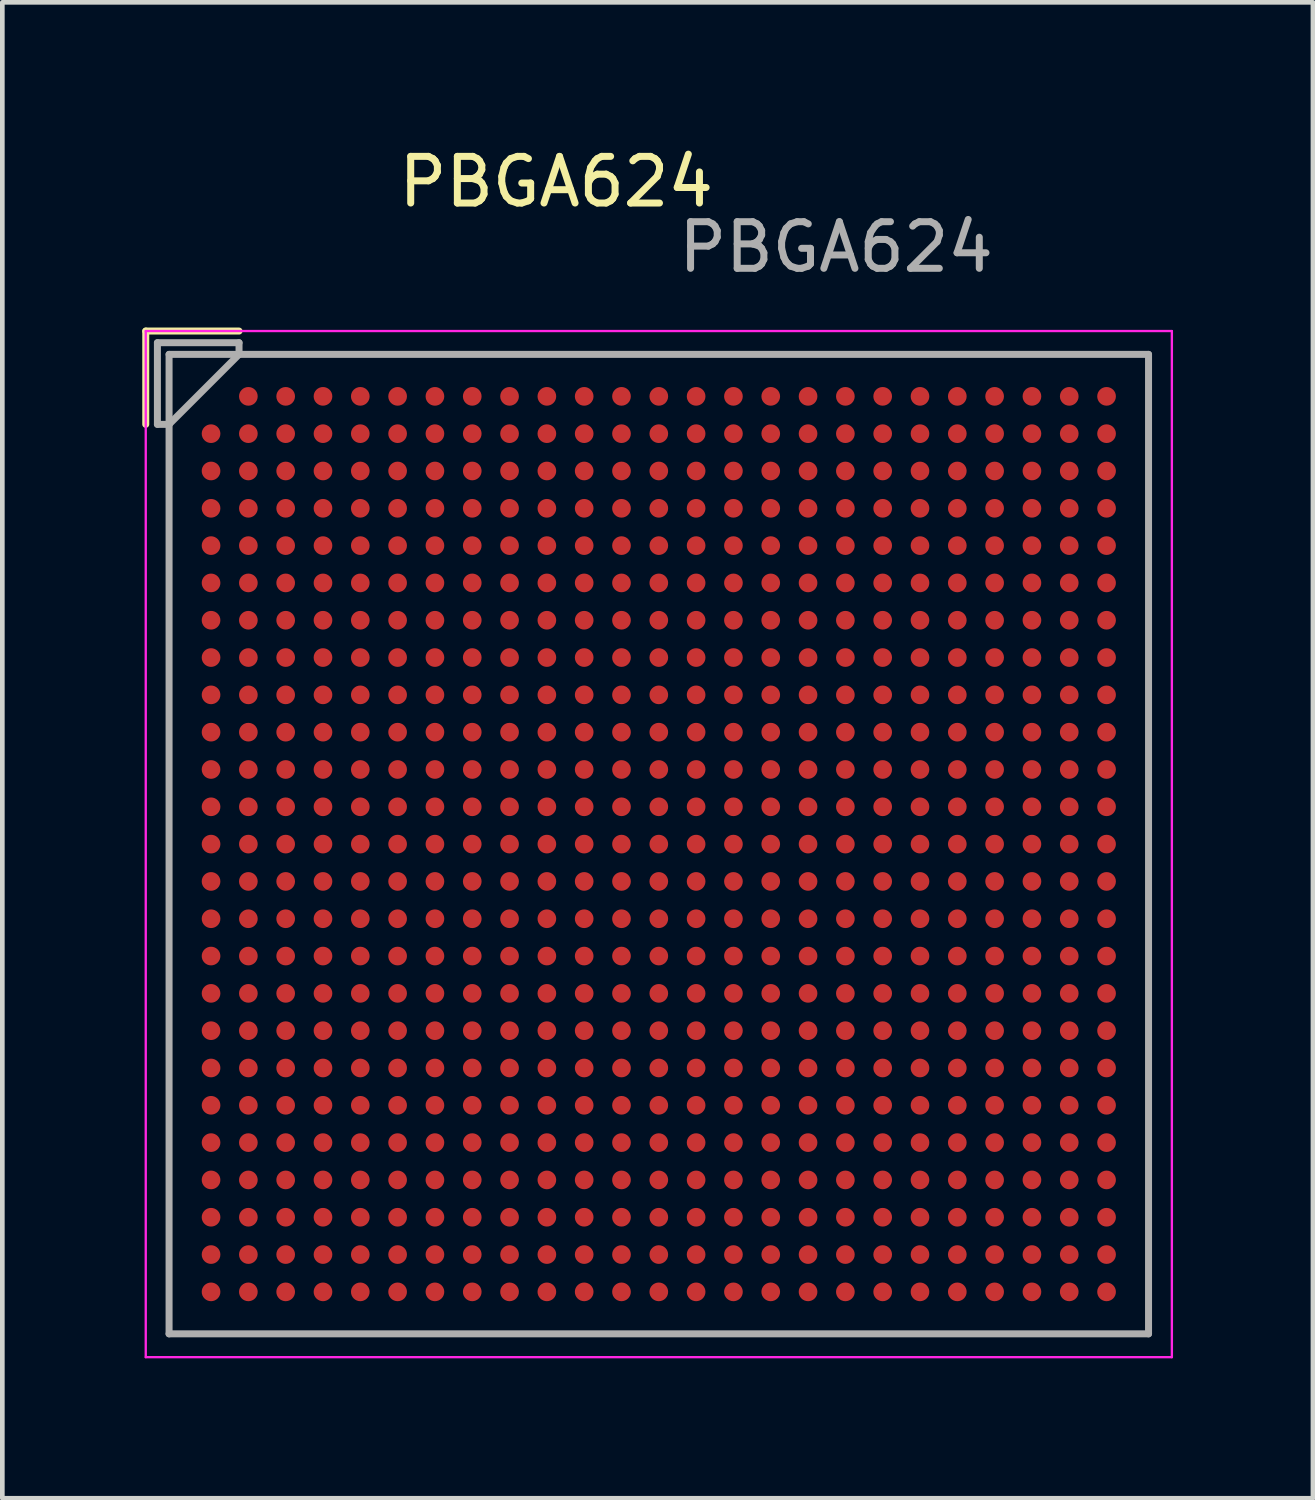
<source format=kicad_pcb>
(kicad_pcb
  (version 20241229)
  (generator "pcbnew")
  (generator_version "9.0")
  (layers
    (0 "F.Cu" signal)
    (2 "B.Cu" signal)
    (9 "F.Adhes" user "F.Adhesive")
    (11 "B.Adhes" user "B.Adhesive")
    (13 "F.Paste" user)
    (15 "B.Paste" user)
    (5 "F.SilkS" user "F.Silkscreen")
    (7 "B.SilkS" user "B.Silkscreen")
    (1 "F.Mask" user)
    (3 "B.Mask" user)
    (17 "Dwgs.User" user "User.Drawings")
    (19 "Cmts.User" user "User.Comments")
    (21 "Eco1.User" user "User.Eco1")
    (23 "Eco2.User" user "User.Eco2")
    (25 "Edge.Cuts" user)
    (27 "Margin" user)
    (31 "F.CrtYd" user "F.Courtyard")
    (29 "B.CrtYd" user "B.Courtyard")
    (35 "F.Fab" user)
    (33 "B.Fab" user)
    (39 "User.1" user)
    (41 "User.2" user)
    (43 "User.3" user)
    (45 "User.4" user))
  (footprint "PBGA624"
    (layer "F.Cu")
    (at 11.075 15.048)
    (property "Reference" "PBGA624" (at -2.2 -14.2 0) (layer "F.SilkS") (effects (font (size 1 1) (thickness 0.15))))
    (attr smd)
    (fp_line (start -11 -11) (end -11 -9) (stroke (width 0.15) (type solid)) (layer "F.SilkS"))
    (fp_line (start -9 -11) (end -11 -11) (stroke (width 0.15) (type solid)) (layer "F.SilkS"))
    (fp_line (start -10.25 0) (end 10.25 0) (stroke (width 0.05) (type solid)) (layer "Eco1.User"))
    (fp_line (start 0 -10.25) (end 0 10.25) (stroke (width 0.05) (type solid)) (layer "Eco1.User"))
    (fp_line (start -11 -11) (end 11 -11) (stroke (width 0.05) (type solid)) (layer "F.CrtYd"))
    (fp_line (start -11 11) (end -11 -11) (stroke (width 0.05) (type solid)) (layer "F.CrtYd"))
    (fp_line (start 11 -11) (end 11 11) (stroke (width 0.05) (type solid)) (layer "F.CrtYd"))
    (fp_line (start 11 11) (end -11 11) (stroke (width 0.05) (type solid)) (layer "F.CrtYd"))
    (fp_line (start -10.75 -10.75) (end -9 -10.75) (stroke (width 0.15) (type solid)) (layer "F.Fab"))
    (fp_line (start -10.75 -9) (end -10.75 -10.75) (stroke (width 0.15) (type solid)) (layer "F.Fab"))
    (fp_line (start -10.5 -10.5) (end -10.5 10.5) (stroke (width 0.15) (type solid)) (layer "F.Fab"))
    (fp_line (start -10.5 -10.5) (end 10.5 -10.5) (stroke (width 0.15) (type solid)) (layer "F.Fab"))
    (fp_line (start -10.5 -9) (end -10.75 -9) (stroke (width 0.15) (type solid)) (layer "F.Fab"))
    (fp_line (start -10.5 10.5) (end 10.5 10.5) (stroke (width 0.15) (type solid)) (layer "F.Fab"))
    (fp_line (start -9 -10.75) (end -9 -10.5) (stroke (width 0.15) (type solid)) (layer "F.Fab"))
    (fp_line (start -9 -10.5) (end -10.5 -9) (stroke (width 0.15) (type solid)) (layer "F.Fab"))
    (fp_line (start 10.5 -10.5) (end 10.5 10.5) (stroke (width 0.15) (type solid)) (layer "F.Fab"))
    (fp_text user "${REFERENCE}" (at 3.8 -12.8 0) (layer "F.Fab") (effects (font (size 1 1) (thickness 0.15))))
    (pad "A2" smd circle (at -8.8 -9.6) (size 0.4 0.4) (layers "F.Cu" "F.Mask" "F.Paste"))
    (pad "A3" smd circle (at -8 -9.6) (size 0.4 0.4) (layers "F.Cu" "F.Mask" "F.Paste"))
    (pad "A4" smd circle (at -7.2 -9.6) (size 0.4 0.4) (layers "F.Cu" "F.Mask" "F.Paste"))
    (pad "A5" smd circle (at -6.4 -9.6) (size 0.4 0.4) (layers "F.Cu" "F.Mask" "F.Paste"))
    (pad "A6" smd circle (at -5.6 -9.6) (size 0.4 0.4) (layers "F.Cu" "F.Mask" "F.Paste"))
    (pad "A7" smd circle (at -4.8 -9.6) (size 0.4 0.4) (layers "F.Cu" "F.Mask" "F.Paste"))
    (pad "A8" smd circle (at -4 -9.6) (size 0.4 0.4) (layers "F.Cu" "F.Mask" "F.Paste"))
    (pad "A9" smd circle (at -3.2 -9.6) (size 0.4 0.4) (layers "F.Cu" "F.Mask" "F.Paste"))
    (pad "A10" smd circle (at -2.4 -9.6) (size 0.4 0.4) (layers "F.Cu" "F.Mask" "F.Paste"))
    (pad "A11" smd circle (at -1.6 -9.6) (size 0.4 0.4) (layers "F.Cu" "F.Mask" "F.Paste"))
    (pad "A12" smd circle (at -0.8 -9.6) (size 0.4 0.4) (layers "F.Cu" "F.Mask" "F.Paste"))
    (pad "A13" smd circle (at 0 -9.6) (size 0.4 0.4) (layers "F.Cu" "F.Mask" "F.Paste"))
    (pad "A14" smd circle (at 0.8 -9.6) (size 0.4 0.4) (layers "F.Cu" "F.Mask" "F.Paste"))
    (pad "A15" smd circle (at 1.6 -9.6) (size 0.4 0.4) (layers "F.Cu" "F.Mask" "F.Paste"))
    (pad "A16" smd circle (at 2.4 -9.6) (size 0.4 0.4) (layers "F.Cu" "F.Mask" "F.Paste"))
    (pad "A17" smd circle (at 3.2 -9.6) (size 0.4 0.4) (layers "F.Cu" "F.Mask" "F.Paste"))
    (pad "A18" smd circle (at 4 -9.6) (size 0.4 0.4) (layers "F.Cu" "F.Mask" "F.Paste"))
    (pad "A19" smd circle (at 4.8 -9.6) (size 0.4 0.4) (layers "F.Cu" "F.Mask" "F.Paste"))
    (pad "A20" smd circle (at 5.6 -9.6) (size 0.4 0.4) (layers "F.Cu" "F.Mask" "F.Paste"))
    (pad "A21" smd circle (at 6.4 -9.6) (size 0.4 0.4) (layers "F.Cu" "F.Mask" "F.Paste"))
    (pad "A22" smd circle (at 7.2 -9.6) (size 0.4 0.4) (layers "F.Cu" "F.Mask" "F.Paste"))
    (pad "A23" smd circle (at 8 -9.6) (size 0.4 0.4) (layers "F.Cu" "F.Mask" "F.Paste"))
    (pad "A24" smd circle (at 8.8 -9.6) (size 0.4 0.4) (layers "F.Cu" "F.Mask" "F.Paste"))
    (pad "A25" smd circle (at 9.6 -9.6) (size 0.4 0.4) (layers "F.Cu" "F.Mask" "F.Paste"))
    (pad "AA1" smd circle (at -9.6 6.4) (size 0.4 0.4) (layers "F.Cu" "F.Mask" "F.Paste"))
    (pad "AA2" smd circle (at -8.8 6.4) (size 0.4 0.4) (layers "F.Cu" "F.Mask" "F.Paste"))
    (pad "AA3" smd circle (at -8 6.4) (size 0.4 0.4) (layers "F.Cu" "F.Mask" "F.Paste"))
    (pad "AA4" smd circle (at -7.2 6.4) (size 0.4 0.4) (layers "F.Cu" "F.Mask" "F.Paste"))
    (pad "AA5" smd circle (at -6.4 6.4) (size 0.4 0.4) (layers "F.Cu" "F.Mask" "F.Paste"))
    (pad "AA6" smd circle (at -5.6 6.4) (size 0.4 0.4) (layers "F.Cu" "F.Mask" "F.Paste"))
    (pad "AA7" smd circle (at -4.8 6.4) (size 0.4 0.4) (layers "F.Cu" "F.Mask" "F.Paste"))
    (pad "AA8" smd circle (at -4 6.4) (size 0.4 0.4) (layers "F.Cu" "F.Mask" "F.Paste"))
    (pad "AA9" smd circle (at -3.2 6.4) (size 0.4 0.4) (layers "F.Cu" "F.Mask" "F.Paste"))
    (pad "AA10" smd circle (at -2.4 6.4) (size 0.4 0.4) (layers "F.Cu" "F.Mask" "F.Paste"))
    (pad "AA11" smd circle (at -1.6 6.4) (size 0.4 0.4) (layers "F.Cu" "F.Mask" "F.Paste"))
    (pad "AA12" smd circle (at -0.8 6.4) (size 0.4 0.4) (layers "F.Cu" "F.Mask" "F.Paste"))
    (pad "AA13" smd circle (at 0 6.4) (size 0.4 0.4) (layers "F.Cu" "F.Mask" "F.Paste"))
    (pad "AA14" smd circle (at 0.8 6.4) (size 0.4 0.4) (layers "F.Cu" "F.Mask" "F.Paste"))
    (pad "AA15" smd circle (at 1.6 6.4) (size 0.4 0.4) (layers "F.Cu" "F.Mask" "F.Paste"))
    (pad "AA16" smd circle (at 2.4 6.4) (size 0.4 0.4) (layers "F.Cu" "F.Mask" "F.Paste"))
    (pad "AA17" smd circle (at 3.2 6.4) (size 0.4 0.4) (layers "F.Cu" "F.Mask" "F.Paste"))
    (pad "AA18" smd circle (at 4 6.4) (size 0.4 0.4) (layers "F.Cu" "F.Mask" "F.Paste"))
    (pad "AA19" smd circle (at 4.8 6.4) (size 0.4 0.4) (layers "F.Cu" "F.Mask" "F.Paste"))
    (pad "AA20" smd circle (at 5.6 6.4) (size 0.4 0.4) (layers "F.Cu" "F.Mask" "F.Paste"))
    (pad "AA21" smd circle (at 6.4 6.4) (size 0.4 0.4) (layers "F.Cu" "F.Mask" "F.Paste"))
    (pad "AA22" smd circle (at 7.2 6.4) (size 0.4 0.4) (layers "F.Cu" "F.Mask" "F.Paste"))
    (pad "AA23" smd circle (at 8 6.4) (size 0.4 0.4) (layers "F.Cu" "F.Mask" "F.Paste"))
    (pad "AA24" smd circle (at 8.8 6.4) (size 0.4 0.4) (layers "F.Cu" "F.Mask" "F.Paste"))
    (pad "AA25" smd circle (at 9.6 6.4) (size 0.4 0.4) (layers "F.Cu" "F.Mask" "F.Paste"))
    (pad "AB1" smd circle (at -9.6 7.2) (size 0.4 0.4) (layers "F.Cu" "F.Mask" "F.Paste"))
    (pad "AB2" smd circle (at -8.8 7.2) (size 0.4 0.4) (layers "F.Cu" "F.Mask" "F.Paste"))
    (pad "AB3" smd circle (at -8 7.2) (size 0.4 0.4) (layers "F.Cu" "F.Mask" "F.Paste"))
    (pad "AB4" smd circle (at -7.2 7.2) (size 0.4 0.4) (layers "F.Cu" "F.Mask" "F.Paste"))
    (pad "AB5" smd circle (at -6.4 7.2) (size 0.4 0.4) (layers "F.Cu" "F.Mask" "F.Paste"))
    (pad "AB6" smd circle (at -5.6 7.2) (size 0.4 0.4) (layers "F.Cu" "F.Mask" "F.Paste"))
    (pad "AB7" smd circle (at -4.8 7.2) (size 0.4 0.4) (layers "F.Cu" "F.Mask" "F.Paste"))
    (pad "AB8" smd circle (at -4 7.2) (size 0.4 0.4) (layers "F.Cu" "F.Mask" "F.Paste"))
    (pad "AB9" smd circle (at -3.2 7.2) (size 0.4 0.4) (layers "F.Cu" "F.Mask" "F.Paste"))
    (pad "AB10" smd circle (at -2.4 7.2) (size 0.4 0.4) (layers "F.Cu" "F.Mask" "F.Paste"))
    (pad "AB11" smd circle (at -1.6 7.2) (size 0.4 0.4) (layers "F.Cu" "F.Mask" "F.Paste"))
    (pad "AB12" smd circle (at -0.8 7.2) (size 0.4 0.4) (layers "F.Cu" "F.Mask" "F.Paste"))
    (pad "AB13" smd circle (at 0 7.2) (size 0.4 0.4) (layers "F.Cu" "F.Mask" "F.Paste"))
    (pad "AB14" smd circle (at 0.8 7.2) (size 0.4 0.4) (layers "F.Cu" "F.Mask" "F.Paste"))
    (pad "AB15" smd circle (at 1.6 7.2) (size 0.4 0.4) (layers "F.Cu" "F.Mask" "F.Paste"))
    (pad "AB16" smd circle (at 2.4 7.2) (size 0.4 0.4) (layers "F.Cu" "F.Mask" "F.Paste"))
    (pad "AB17" smd circle (at 3.2 7.2) (size 0.4 0.4) (layers "F.Cu" "F.Mask" "F.Paste"))
    (pad "AB18" smd circle (at 4 7.2) (size 0.4 0.4) (layers "F.Cu" "F.Mask" "F.Paste"))
    (pad "AB19" smd circle (at 4.8 7.2) (size 0.4 0.4) (layers "F.Cu" "F.Mask" "F.Paste"))
    (pad "AB20" smd circle (at 5.6 7.2) (size 0.4 0.4) (layers "F.Cu" "F.Mask" "F.Paste"))
    (pad "AB21" smd circle (at 6.4 7.2) (size 0.4 0.4) (layers "F.Cu" "F.Mask" "F.Paste"))
    (pad "AB22" smd circle (at 7.2 7.2) (size 0.4 0.4) (layers "F.Cu" "F.Mask" "F.Paste"))
    (pad "AB23" smd circle (at 8 7.2) (size 0.4 0.4) (layers "F.Cu" "F.Mask" "F.Paste"))
    (pad "AB24" smd circle (at 8.8 7.2) (size 0.4 0.4) (layers "F.Cu" "F.Mask" "F.Paste"))
    (pad "AB25" smd circle (at 9.6 7.2) (size 0.4 0.4) (layers "F.Cu" "F.Mask" "F.Paste"))
    (pad "AC1" smd circle (at -9.6 8) (size 0.4 0.4) (layers "F.Cu" "F.Mask" "F.Paste"))
    (pad "AC2" smd circle (at -8.8 8) (size 0.4 0.4) (layers "F.Cu" "F.Mask" "F.Paste"))
    (pad "AC3" smd circle (at -8 8) (size 0.4 0.4) (layers "F.Cu" "F.Mask" "F.Paste"))
    (pad "AC4" smd circle (at -7.2 8) (size 0.4 0.4) (layers "F.Cu" "F.Mask" "F.Paste"))
    (pad "AC5" smd circle (at -6.4 8) (size 0.4 0.4) (layers "F.Cu" "F.Mask" "F.Paste"))
    (pad "AC6" smd circle (at -5.6 8) (size 0.4 0.4) (layers "F.Cu" "F.Mask" "F.Paste"))
    (pad "AC7" smd circle (at -4.8 8) (size 0.4 0.4) (layers "F.Cu" "F.Mask" "F.Paste"))
    (pad "AC8" smd circle (at -4 8) (size 0.4 0.4) (layers "F.Cu" "F.Mask" "F.Paste"))
    (pad "AC9" smd circle (at -3.2 8) (size 0.4 0.4) (layers "F.Cu" "F.Mask" "F.Paste"))
    (pad "AC10" smd circle (at -2.4 8) (size 0.4 0.4) (layers "F.Cu" "F.Mask" "F.Paste"))
    (pad "AC11" smd circle (at -1.6 8) (size 0.4 0.4) (layers "F.Cu" "F.Mask" "F.Paste"))
    (pad "AC12" smd circle (at -0.8 8) (size 0.4 0.4) (layers "F.Cu" "F.Mask" "F.Paste"))
    (pad "AC13" smd circle (at 0 8) (size 0.4 0.4) (layers "F.Cu" "F.Mask" "F.Paste"))
    (pad "AC14" smd circle (at 0.8 8) (size 0.4 0.4) (layers "F.Cu" "F.Mask" "F.Paste"))
    (pad "AC15" smd circle (at 1.6 8) (size 0.4 0.4) (layers "F.Cu" "F.Mask" "F.Paste"))
    (pad "AC16" smd circle (at 2.4 8) (size 0.4 0.4) (layers "F.Cu" "F.Mask" "F.Paste"))
    (pad "AC17" smd circle (at 3.2 8) (size 0.4 0.4) (layers "F.Cu" "F.Mask" "F.Paste"))
    (pad "AC18" smd circle (at 4 8) (size 0.4 0.4) (layers "F.Cu" "F.Mask" "F.Paste"))
    (pad "AC19" smd circle (at 4.8 8) (size 0.4 0.4) (layers "F.Cu" "F.Mask" "F.Paste"))
    (pad "AC20" smd circle (at 5.6 8) (size 0.4 0.4) (layers "F.Cu" "F.Mask" "F.Paste"))
    (pad "AC21" smd circle (at 6.4 8) (size 0.4 0.4) (layers "F.Cu" "F.Mask" "F.Paste"))
    (pad "AC22" smd circle (at 7.2 8) (size 0.4 0.4) (layers "F.Cu" "F.Mask" "F.Paste"))
    (pad "AC23" smd circle (at 8 8) (size 0.4 0.4) (layers "F.Cu" "F.Mask" "F.Paste"))
    (pad "AC24" smd circle (at 8.8 8) (size 0.4 0.4) (layers "F.Cu" "F.Mask" "F.Paste"))
    (pad "AC25" smd circle (at 9.6 8) (size 0.4 0.4) (layers "F.Cu" "F.Mask" "F.Paste"))
    (pad "AD1" smd circle (at -9.6 8.8) (size 0.4 0.4) (layers "F.Cu" "F.Mask" "F.Paste"))
    (pad "AD2" smd circle (at -8.8 8.8) (size 0.4 0.4) (layers "F.Cu" "F.Mask" "F.Paste"))
    (pad "AD3" smd circle (at -8 8.8) (size 0.4 0.4) (layers "F.Cu" "F.Mask" "F.Paste"))
    (pad "AD4" smd circle (at -7.2 8.8) (size 0.4 0.4) (layers "F.Cu" "F.Mask" "F.Paste"))
    (pad "AD5" smd circle (at -6.4 8.8) (size 0.4 0.4) (layers "F.Cu" "F.Mask" "F.Paste"))
    (pad "AD6" smd circle (at -5.6 8.8) (size 0.4 0.4) (layers "F.Cu" "F.Mask" "F.Paste"))
    (pad "AD7" smd circle (at -4.8 8.8) (size 0.4 0.4) (layers "F.Cu" "F.Mask" "F.Paste"))
    (pad "AD8" smd circle (at -4 8.8) (size 0.4 0.4) (layers "F.Cu" "F.Mask" "F.Paste"))
    (pad "AD9" smd circle (at -3.2 8.8) (size 0.4 0.4) (layers "F.Cu" "F.Mask" "F.Paste"))
    (pad "AD10" smd circle (at -2.4 8.8) (size 0.4 0.4) (layers "F.Cu" "F.Mask" "F.Paste"))
    (pad "AD11" smd circle (at -1.6 8.8) (size 0.4 0.4) (layers "F.Cu" "F.Mask" "F.Paste"))
    (pad "AD12" smd circle (at -0.8 8.8) (size 0.4 0.4) (layers "F.Cu" "F.Mask" "F.Paste"))
    (pad "AD13" smd circle (at 0 8.8) (size 0.4 0.4) (layers "F.Cu" "F.Mask" "F.Paste"))
    (pad "AD14" smd circle (at 0.8 8.8) (size 0.4 0.4) (layers "F.Cu" "F.Mask" "F.Paste"))
    (pad "AD15" smd circle (at 1.6 8.8) (size 0.4 0.4) (layers "F.Cu" "F.Mask" "F.Paste"))
    (pad "AD16" smd circle (at 2.4 8.8) (size 0.4 0.4) (layers "F.Cu" "F.Mask" "F.Paste"))
    (pad "AD17" smd circle (at 3.2 8.8) (size 0.4 0.4) (layers "F.Cu" "F.Mask" "F.Paste"))
    (pad "AD18" smd circle (at 4 8.8) (size 0.4 0.4) (layers "F.Cu" "F.Mask" "F.Paste"))
    (pad "AD19" smd circle (at 4.8 8.8) (size 0.4 0.4) (layers "F.Cu" "F.Mask" "F.Paste"))
    (pad "AD20" smd circle (at 5.6 8.8) (size 0.4 0.4) (layers "F.Cu" "F.Mask" "F.Paste"))
    (pad "AD21" smd circle (at 6.4 8.8) (size 0.4 0.4) (layers "F.Cu" "F.Mask" "F.Paste"))
    (pad "AD22" smd circle (at 7.2 8.8) (size 0.4 0.4) (layers "F.Cu" "F.Mask" "F.Paste"))
    (pad "AD23" smd circle (at 8 8.8) (size 0.4 0.4) (layers "F.Cu" "F.Mask" "F.Paste"))
    (pad "AD24" smd circle (at 8.8 8.8) (size 0.4 0.4) (layers "F.Cu" "F.Mask" "F.Paste"))
    (pad "AD25" smd circle (at 9.6 8.8) (size 0.4 0.4) (layers "F.Cu" "F.Mask" "F.Paste"))
    (pad "AE1" smd circle (at -9.6 9.6) (size 0.4 0.4) (layers "F.Cu" "F.Mask" "F.Paste"))
    (pad "AE2" smd circle (at -8.8 9.6) (size 0.4 0.4) (layers "F.Cu" "F.Mask" "F.Paste"))
    (pad "AE3" smd circle (at -8 9.6) (size 0.4 0.4) (layers "F.Cu" "F.Mask" "F.Paste"))
    (pad "AE4" smd circle (at -7.2 9.6) (size 0.4 0.4) (layers "F.Cu" "F.Mask" "F.Paste"))
    (pad "AE5" smd circle (at -6.4 9.6) (size 0.4 0.4) (layers "F.Cu" "F.Mask" "F.Paste"))
    (pad "AE6" smd circle (at -5.6 9.6) (size 0.4 0.4) (layers "F.Cu" "F.Mask" "F.Paste"))
    (pad "AE7" smd circle (at -4.8 9.6) (size 0.4 0.4) (layers "F.Cu" "F.Mask" "F.Paste"))
    (pad "AE8" smd circle (at -4 9.6) (size 0.4 0.4) (layers "F.Cu" "F.Mask" "F.Paste"))
    (pad "AE9" smd circle (at -3.2 9.6) (size 0.4 0.4) (layers "F.Cu" "F.Mask" "F.Paste"))
    (pad "AE10" smd circle (at -2.4 9.6) (size 0.4 0.4) (layers "F.Cu" "F.Mask" "F.Paste"))
    (pad "AE11" smd circle (at -1.6 9.6) (size 0.4 0.4) (layers "F.Cu" "F.Mask" "F.Paste"))
    (pad "AE12" smd circle (at -0.8 9.6) (size 0.4 0.4) (layers "F.Cu" "F.Mask" "F.Paste"))
    (pad "AE13" smd circle (at 0 9.6) (size 0.4 0.4) (layers "F.Cu" "F.Mask" "F.Paste"))
    (pad "AE14" smd circle (at 0.8 9.6) (size 0.4 0.4) (layers "F.Cu" "F.Mask" "F.Paste"))
    (pad "AE15" smd circle (at 1.6 9.6) (size 0.4 0.4) (layers "F.Cu" "F.Mask" "F.Paste"))
    (pad "AE16" smd circle (at 2.4 9.6) (size 0.4 0.4) (layers "F.Cu" "F.Mask" "F.Paste"))
    (pad "AE17" smd circle (at 3.2 9.6) (size 0.4 0.4) (layers "F.Cu" "F.Mask" "F.Paste"))
    (pad "AE18" smd circle (at 4 9.6) (size 0.4 0.4) (layers "F.Cu" "F.Mask" "F.Paste"))
    (pad "AE19" smd circle (at 4.8 9.6) (size 0.4 0.4) (layers "F.Cu" "F.Mask" "F.Paste"))
    (pad "AE20" smd circle (at 5.6 9.6) (size 0.4 0.4) (layers "F.Cu" "F.Mask" "F.Paste"))
    (pad "AE21" smd circle (at 6.4 9.6) (size 0.4 0.4) (layers "F.Cu" "F.Mask" "F.Paste"))
    (pad "AE22" smd circle (at 7.2 9.6) (size 0.4 0.4) (layers "F.Cu" "F.Mask" "F.Paste"))
    (pad "AE23" smd circle (at 8 9.6) (size 0.4 0.4) (layers "F.Cu" "F.Mask" "F.Paste"))
    (pad "AE24" smd circle (at 8.8 9.6) (size 0.4 0.4) (layers "F.Cu" "F.Mask" "F.Paste"))
    (pad "AE25" smd circle (at 9.6 9.6) (size 0.4 0.4) (layers "F.Cu" "F.Mask" "F.Paste"))
    (pad "B1" smd circle (at -9.6 -8.8) (size 0.4 0.4) (layers "F.Cu" "F.Mask" "F.Paste"))
    (pad "B2" smd circle (at -8.8 -8.8) (size 0.4 0.4) (layers "F.Cu" "F.Mask" "F.Paste"))
    (pad "B3" smd circle (at -8 -8.8) (size 0.4 0.4) (layers "F.Cu" "F.Mask" "F.Paste"))
    (pad "B4" smd circle (at -7.2 -8.8) (size 0.4 0.4) (layers "F.Cu" "F.Mask" "F.Paste"))
    (pad "B5" smd circle (at -6.4 -8.8) (size 0.4 0.4) (layers "F.Cu" "F.Mask" "F.Paste"))
    (pad "B6" smd circle (at -5.6 -8.8) (size 0.4 0.4) (layers "F.Cu" "F.Mask" "F.Paste"))
    (pad "B7" smd circle (at -4.8 -8.8) (size 0.4 0.4) (layers "F.Cu" "F.Mask" "F.Paste"))
    (pad "B8" smd circle (at -4 -8.8) (size 0.4 0.4) (layers "F.Cu" "F.Mask" "F.Paste"))
    (pad "B9" smd circle (at -3.2 -8.8) (size 0.4 0.4) (layers "F.Cu" "F.Mask" "F.Paste"))
    (pad "B10" smd circle (at -2.4 -8.8) (size 0.4 0.4) (layers "F.Cu" "F.Mask" "F.Paste"))
    (pad "B11" smd circle (at -1.6 -8.8) (size 0.4 0.4) (layers "F.Cu" "F.Mask" "F.Paste"))
    (pad "B12" smd circle (at -0.8 -8.8) (size 0.4 0.4) (layers "F.Cu" "F.Mask" "F.Paste"))
    (pad "B13" smd circle (at 0 -8.8) (size 0.4 0.4) (layers "F.Cu" "F.Mask" "F.Paste"))
    (pad "B14" smd circle (at 0.8 -8.8) (size 0.4 0.4) (layers "F.Cu" "F.Mask" "F.Paste"))
    (pad "B15" smd circle (at 1.6 -8.8) (size 0.4 0.4) (layers "F.Cu" "F.Mask" "F.Paste"))
    (pad "B16" smd circle (at 2.4 -8.8) (size 0.4 0.4) (layers "F.Cu" "F.Mask" "F.Paste"))
    (pad "B17" smd circle (at 3.2 -8.8) (size 0.4 0.4) (layers "F.Cu" "F.Mask" "F.Paste"))
    (pad "B18" smd circle (at 4 -8.8) (size 0.4 0.4) (layers "F.Cu" "F.Mask" "F.Paste"))
    (pad "B19" smd circle (at 4.8 -8.8) (size 0.4 0.4) (layers "F.Cu" "F.Mask" "F.Paste"))
    (pad "B20" smd circle (at 5.6 -8.8) (size 0.4 0.4) (layers "F.Cu" "F.Mask" "F.Paste"))
    (pad "B21" smd circle (at 6.4 -8.8) (size 0.4 0.4) (layers "F.Cu" "F.Mask" "F.Paste"))
    (pad "B22" smd circle (at 7.2 -8.8) (size 0.4 0.4) (layers "F.Cu" "F.Mask" "F.Paste"))
    (pad "B23" smd circle (at 8 -8.8) (size 0.4 0.4) (layers "F.Cu" "F.Mask" "F.Paste"))
    (pad "B24" smd circle (at 8.8 -8.8) (size 0.4 0.4) (layers "F.Cu" "F.Mask" "F.Paste"))
    (pad "B25" smd circle (at 9.6 -8.8) (size 0.4 0.4) (layers "F.Cu" "F.Mask" "F.Paste"))
    (pad "C1" smd circle (at -9.6 -8) (size 0.4 0.4) (layers "F.Cu" "F.Mask" "F.Paste"))
    (pad "C2" smd circle (at -8.8 -8) (size 0.4 0.4) (layers "F.Cu" "F.Mask" "F.Paste"))
    (pad "C3" smd circle (at -8 -8) (size 0.4 0.4) (layers "F.Cu" "F.Mask" "F.Paste"))
    (pad "C4" smd circle (at -7.2 -8) (size 0.4 0.4) (layers "F.Cu" "F.Mask" "F.Paste"))
    (pad "C5" smd circle (at -6.4 -8) (size 0.4 0.4) (layers "F.Cu" "F.Mask" "F.Paste"))
    (pad "C6" smd circle (at -5.6 -8) (size 0.4 0.4) (layers "F.Cu" "F.Mask" "F.Paste"))
    (pad "C7" smd circle (at -4.8 -8) (size 0.4 0.4) (layers "F.Cu" "F.Mask" "F.Paste"))
    (pad "C8" smd circle (at -4 -8) (size 0.4 0.4) (layers "F.Cu" "F.Mask" "F.Paste"))
    (pad "C9" smd circle (at -3.2 -8) (size 0.4 0.4) (layers "F.Cu" "F.Mask" "F.Paste"))
    (pad "C10" smd circle (at -2.4 -8) (size 0.4 0.4) (layers "F.Cu" "F.Mask" "F.Paste"))
    (pad "C11" smd circle (at -1.6 -8) (size 0.4 0.4) (layers "F.Cu" "F.Mask" "F.Paste"))
    (pad "C12" smd circle (at -0.8 -8) (size 0.4 0.4) (layers "F.Cu" "F.Mask" "F.Paste"))
    (pad "C13" smd circle (at 0 -8) (size 0.4 0.4) (layers "F.Cu" "F.Mask" "F.Paste"))
    (pad "C14" smd circle (at 0.8 -8) (size 0.4 0.4) (layers "F.Cu" "F.Mask" "F.Paste"))
    (pad "C15" smd circle (at 1.6 -8) (size 0.4 0.4) (layers "F.Cu" "F.Mask" "F.Paste"))
    (pad "C16" smd circle (at 2.4 -8) (size 0.4 0.4) (layers "F.Cu" "F.Mask" "F.Paste"))
    (pad "C17" smd circle (at 3.2 -8) (size 0.4 0.4) (layers "F.Cu" "F.Mask" "F.Paste"))
    (pad "C18" smd circle (at 4 -8) (size 0.4 0.4) (layers "F.Cu" "F.Mask" "F.Paste"))
    (pad "C19" smd circle (at 4.8 -8) (size 0.4 0.4) (layers "F.Cu" "F.Mask" "F.Paste"))
    (pad "C20" smd circle (at 5.6 -8) (size 0.4 0.4) (layers "F.Cu" "F.Mask" "F.Paste"))
    (pad "C21" smd circle (at 6.4 -8) (size 0.4 0.4) (layers "F.Cu" "F.Mask" "F.Paste"))
    (pad "C22" smd circle (at 7.2 -8) (size 0.4 0.4) (layers "F.Cu" "F.Mask" "F.Paste"))
    (pad "C23" smd circle (at 8 -8) (size 0.4 0.4) (layers "F.Cu" "F.Mask" "F.Paste"))
    (pad "C24" smd circle (at 8.8 -8) (size 0.4 0.4) (layers "F.Cu" "F.Mask" "F.Paste"))
    (pad "C25" smd circle (at 9.6 -8) (size 0.4 0.4) (layers "F.Cu" "F.Mask" "F.Paste"))
    (pad "D1" smd circle (at -9.6 -7.2) (size 0.4 0.4) (layers "F.Cu" "F.Mask" "F.Paste"))
    (pad "D2" smd circle (at -8.8 -7.2) (size 0.4 0.4) (layers "F.Cu" "F.Mask" "F.Paste"))
    (pad "D3" smd circle (at -8 -7.2) (size 0.4 0.4) (layers "F.Cu" "F.Mask" "F.Paste"))
    (pad "D4" smd circle (at -7.2 -7.2) (size 0.4 0.4) (layers "F.Cu" "F.Mask" "F.Paste"))
    (pad "D5" smd circle (at -6.4 -7.2) (size 0.4 0.4) (layers "F.Cu" "F.Mask" "F.Paste"))
    (pad "D6" smd circle (at -5.6 -7.2) (size 0.4 0.4) (layers "F.Cu" "F.Mask" "F.Paste"))
    (pad "D7" smd circle (at -4.8 -7.2) (size 0.4 0.4) (layers "F.Cu" "F.Mask" "F.Paste"))
    (pad "D8" smd circle (at -4 -7.2) (size 0.4 0.4) (layers "F.Cu" "F.Mask" "F.Paste"))
    (pad "D9" smd circle (at -3.2 -7.2) (size 0.4 0.4) (layers "F.Cu" "F.Mask" "F.Paste"))
    (pad "D10" smd circle (at -2.4 -7.2) (size 0.4 0.4) (layers "F.Cu" "F.Mask" "F.Paste"))
    (pad "D11" smd circle (at -1.6 -7.2) (size 0.4 0.4) (layers "F.Cu" "F.Mask" "F.Paste"))
    (pad "D12" smd circle (at -0.8 -7.2) (size 0.4 0.4) (layers "F.Cu" "F.Mask" "F.Paste"))
    (pad "D13" smd circle (at 0 -7.2) (size 0.4 0.4) (layers "F.Cu" "F.Mask" "F.Paste"))
    (pad "D14" smd circle (at 0.8 -7.2) (size 0.4 0.4) (layers "F.Cu" "F.Mask" "F.Paste"))
    (pad "D15" smd circle (at 1.6 -7.2) (size 0.4 0.4) (layers "F.Cu" "F.Mask" "F.Paste"))
    (pad "D16" smd circle (at 2.4 -7.2) (size 0.4 0.4) (layers "F.Cu" "F.Mask" "F.Paste"))
    (pad "D17" smd circle (at 3.2 -7.2) (size 0.4 0.4) (layers "F.Cu" "F.Mask" "F.Paste"))
    (pad "D18" smd circle (at 4 -7.2) (size 0.4 0.4) (layers "F.Cu" "F.Mask" "F.Paste"))
    (pad "D19" smd circle (at 4.8 -7.2) (size 0.4 0.4) (layers "F.Cu" "F.Mask" "F.Paste"))
    (pad "D20" smd circle (at 5.6 -7.2) (size 0.4 0.4) (layers "F.Cu" "F.Mask" "F.Paste"))
    (pad "D21" smd circle (at 6.4 -7.2) (size 0.4 0.4) (layers "F.Cu" "F.Mask" "F.Paste"))
    (pad "D22" smd circle (at 7.2 -7.2) (size 0.4 0.4) (layers "F.Cu" "F.Mask" "F.Paste"))
    (pad "D23" smd circle (at 8 -7.2) (size 0.4 0.4) (layers "F.Cu" "F.Mask" "F.Paste"))
    (pad "D24" smd circle (at 8.8 -7.2) (size 0.4 0.4) (layers "F.Cu" "F.Mask" "F.Paste"))
    (pad "D25" smd circle (at 9.6 -7.2) (size 0.4 0.4) (layers "F.Cu" "F.Mask" "F.Paste"))
    (pad "E1" smd circle (at -9.6 -6.4) (size 0.4 0.4) (layers "F.Cu" "F.Mask" "F.Paste"))
    (pad "E2" smd circle (at -8.8 -6.4) (size 0.4 0.4) (layers "F.Cu" "F.Mask" "F.Paste"))
    (pad "E3" smd circle (at -8 -6.4) (size 0.4 0.4) (layers "F.Cu" "F.Mask" "F.Paste"))
    (pad "E4" smd circle (at -7.2 -6.4) (size 0.4 0.4) (layers "F.Cu" "F.Mask" "F.Paste"))
    (pad "E5" smd circle (at -6.4 -6.4) (size 0.4 0.4) (layers "F.Cu" "F.Mask" "F.Paste"))
    (pad "E6" smd circle (at -5.6 -6.4) (size 0.4 0.4) (layers "F.Cu" "F.Mask" "F.Paste"))
    (pad "E7" smd circle (at -4.8 -6.4) (size 0.4 0.4) (layers "F.Cu" "F.Mask" "F.Paste"))
    (pad "E8" smd circle (at -4 -6.4) (size 0.4 0.4) (layers "F.Cu" "F.Mask" "F.Paste"))
    (pad "E9" smd circle (at -3.2 -6.4) (size 0.4 0.4) (layers "F.Cu" "F.Mask" "F.Paste"))
    (pad "E10" smd circle (at -2.4 -6.4) (size 0.4 0.4) (layers "F.Cu" "F.Mask" "F.Paste"))
    (pad "E11" smd circle (at -1.6 -6.4) (size 0.4 0.4) (layers "F.Cu" "F.Mask" "F.Paste"))
    (pad "E12" smd circle (at -0.8 -6.4) (size 0.4 0.4) (layers "F.Cu" "F.Mask" "F.Paste"))
    (pad "E13" smd circle (at 0 -6.4) (size 0.4 0.4) (layers "F.Cu" "F.Mask" "F.Paste"))
    (pad "E14" smd circle (at 0.8 -6.4) (size 0.4 0.4) (layers "F.Cu" "F.Mask" "F.Paste"))
    (pad "E15" smd circle (at 1.6 -6.4) (size 0.4 0.4) (layers "F.Cu" "F.Mask" "F.Paste"))
    (pad "E16" smd circle (at 2.4 -6.4) (size 0.4 0.4) (layers "F.Cu" "F.Mask" "F.Paste"))
    (pad "E17" smd circle (at 3.2 -6.4) (size 0.4 0.4) (layers "F.Cu" "F.Mask" "F.Paste"))
    (pad "E18" smd circle (at 4 -6.4) (size 0.4 0.4) (layers "F.Cu" "F.Mask" "F.Paste"))
    (pad "E19" smd circle (at 4.8 -6.4) (size 0.4 0.4) (layers "F.Cu" "F.Mask" "F.Paste"))
    (pad "E20" smd circle (at 5.6 -6.4) (size 0.4 0.4) (layers "F.Cu" "F.Mask" "F.Paste"))
    (pad "E21" smd circle (at 6.4 -6.4) (size 0.4 0.4) (layers "F.Cu" "F.Mask" "F.Paste"))
    (pad "E22" smd circle (at 7.2 -6.4) (size 0.4 0.4) (layers "F.Cu" "F.Mask" "F.Paste"))
    (pad "E23" smd circle (at 8 -6.4) (size 0.4 0.4) (layers "F.Cu" "F.Mask" "F.Paste"))
    (pad "E24" smd circle (at 8.8 -6.4) (size 0.4 0.4) (layers "F.Cu" "F.Mask" "F.Paste"))
    (pad "E25" smd circle (at 9.6 -6.4) (size 0.4 0.4) (layers "F.Cu" "F.Mask" "F.Paste"))
    (pad "F1" smd circle (at -9.6 -5.6) (size 0.4 0.4) (layers "F.Cu" "F.Mask" "F.Paste"))
    (pad "F2" smd circle (at -8.8 -5.6) (size 0.4 0.4) (layers "F.Cu" "F.Mask" "F.Paste"))
    (pad "F3" smd circle (at -8 -5.6) (size 0.4 0.4) (layers "F.Cu" "F.Mask" "F.Paste"))
    (pad "F4" smd circle (at -7.2 -5.6) (size 0.4 0.4) (layers "F.Cu" "F.Mask" "F.Paste"))
    (pad "F5" smd circle (at -6.4 -5.6) (size 0.4 0.4) (layers "F.Cu" "F.Mask" "F.Paste"))
    (pad "F6" smd circle (at -5.6 -5.6) (size 0.4 0.4) (layers "F.Cu" "F.Mask" "F.Paste"))
    (pad "F7" smd circle (at -4.8 -5.6) (size 0.4 0.4) (layers "F.Cu" "F.Mask" "F.Paste"))
    (pad "F8" smd circle (at -4 -5.6) (size 0.4 0.4) (layers "F.Cu" "F.Mask" "F.Paste"))
    (pad "F9" smd circle (at -3.2 -5.6) (size 0.4 0.4) (layers "F.Cu" "F.Mask" "F.Paste"))
    (pad "F10" smd circle (at -2.4 -5.6) (size 0.4 0.4) (layers "F.Cu" "F.Mask" "F.Paste"))
    (pad "F11" smd circle (at -1.6 -5.6) (size 0.4 0.4) (layers "F.Cu" "F.Mask" "F.Paste"))
    (pad "F12" smd circle (at -0.8 -5.6) (size 0.4 0.4) (layers "F.Cu" "F.Mask" "F.Paste"))
    (pad "F13" smd circle (at 0 -5.6) (size 0.4 0.4) (layers "F.Cu" "F.Mask" "F.Paste"))
    (pad "F14" smd circle (at 0.8 -5.6) (size 0.4 0.4) (layers "F.Cu" "F.Mask" "F.Paste"))
    (pad "F15" smd circle (at 1.6 -5.6) (size 0.4 0.4) (layers "F.Cu" "F.Mask" "F.Paste"))
    (pad "F16" smd circle (at 2.4 -5.6) (size 0.4 0.4) (layers "F.Cu" "F.Mask" "F.Paste"))
    (pad "F17" smd circle (at 3.2 -5.6) (size 0.4 0.4) (layers "F.Cu" "F.Mask" "F.Paste"))
    (pad "F18" smd circle (at 4 -5.6) (size 0.4 0.4) (layers "F.Cu" "F.Mask" "F.Paste"))
    (pad "F19" smd circle (at 4.8 -5.6) (size 0.4 0.4) (layers "F.Cu" "F.Mask" "F.Paste"))
    (pad "F20" smd circle (at 5.6 -5.6) (size 0.4 0.4) (layers "F.Cu" "F.Mask" "F.Paste"))
    (pad "F21" smd circle (at 6.4 -5.6) (size 0.4 0.4) (layers "F.Cu" "F.Mask" "F.Paste"))
    (pad "F22" smd circle (at 7.2 -5.6) (size 0.4 0.4) (layers "F.Cu" "F.Mask" "F.Paste"))
    (pad "F23" smd circle (at 8 -5.6) (size 0.4 0.4) (layers "F.Cu" "F.Mask" "F.Paste"))
    (pad "F24" smd circle (at 8.8 -5.6) (size 0.4 0.4) (layers "F.Cu" "F.Mask" "F.Paste"))
    (pad "F25" smd circle (at 9.6 -5.6) (size 0.4 0.4) (layers "F.Cu" "F.Mask" "F.Paste"))
    (pad "G1" smd circle (at -9.6 -4.8) (size 0.4 0.4) (layers "F.Cu" "F.Mask" "F.Paste"))
    (pad "G2" smd circle (at -8.8 -4.8) (size 0.4 0.4) (layers "F.Cu" "F.Mask" "F.Paste"))
    (pad "G3" smd circle (at -8 -4.8) (size 0.4 0.4) (layers "F.Cu" "F.Mask" "F.Paste"))
    (pad "G4" smd circle (at -7.2 -4.8) (size 0.4 0.4) (layers "F.Cu" "F.Mask" "F.Paste"))
    (pad "G5" smd circle (at -6.4 -4.8) (size 0.4 0.4) (layers "F.Cu" "F.Mask" "F.Paste"))
    (pad "G6" smd circle (at -5.6 -4.8) (size 0.4 0.4) (layers "F.Cu" "F.Mask" "F.Paste"))
    (pad "G7" smd circle (at -4.8 -4.8) (size 0.4 0.4) (layers "F.Cu" "F.Mask" "F.Paste"))
    (pad "G8" smd circle (at -4 -4.8) (size 0.4 0.4) (layers "F.Cu" "F.Mask" "F.Paste"))
    (pad "G9" smd circle (at -3.2 -4.8) (size 0.4 0.4) (layers "F.Cu" "F.Mask" "F.Paste"))
    (pad "G10" smd circle (at -2.4 -4.8) (size 0.4 0.4) (layers "F.Cu" "F.Mask" "F.Paste"))
    (pad "G11" smd circle (at -1.6 -4.8) (size 0.4 0.4) (layers "F.Cu" "F.Mask" "F.Paste"))
    (pad "G12" smd circle (at -0.8 -4.8) (size 0.4 0.4) (layers "F.Cu" "F.Mask" "F.Paste"))
    (pad "G13" smd circle (at 0 -4.8) (size 0.4 0.4) (layers "F.Cu" "F.Mask" "F.Paste"))
    (pad "G14" smd circle (at 0.8 -4.8) (size 0.4 0.4) (layers "F.Cu" "F.Mask" "F.Paste"))
    (pad "G15" smd circle (at 1.6 -4.8) (size 0.4 0.4) (layers "F.Cu" "F.Mask" "F.Paste"))
    (pad "G16" smd circle (at 2.4 -4.8) (size 0.4 0.4) (layers "F.Cu" "F.Mask" "F.Paste"))
    (pad "G17" smd circle (at 3.2 -4.8) (size 0.4 0.4) (layers "F.Cu" "F.Mask" "F.Paste"))
    (pad "G18" smd circle (at 4 -4.8) (size 0.4 0.4) (layers "F.Cu" "F.Mask" "F.Paste"))
    (pad "G19" smd circle (at 4.8 -4.8) (size 0.4 0.4) (layers "F.Cu" "F.Mask" "F.Paste"))
    (pad "G20" smd circle (at 5.6 -4.8) (size 0.4 0.4) (layers "F.Cu" "F.Mask" "F.Paste"))
    (pad "G21" smd circle (at 6.4 -4.8) (size 0.4 0.4) (layers "F.Cu" "F.Mask" "F.Paste"))
    (pad "G22" smd circle (at 7.2 -4.8) (size 0.4 0.4) (layers "F.Cu" "F.Mask" "F.Paste"))
    (pad "G23" smd circle (at 8 -4.8) (size 0.4 0.4) (layers "F.Cu" "F.Mask" "F.Paste"))
    (pad "G24" smd circle (at 8.8 -4.8) (size 0.4 0.4) (layers "F.Cu" "F.Mask" "F.Paste"))
    (pad "G25" smd circle (at 9.6 -4.8) (size 0.4 0.4) (layers "F.Cu" "F.Mask" "F.Paste"))
    (pad "H1" smd circle (at -9.6 -4) (size 0.4 0.4) (layers "F.Cu" "F.Mask" "F.Paste"))
    (pad "H2" smd circle (at -8.8 -4) (size 0.4 0.4) (layers "F.Cu" "F.Mask" "F.Paste"))
    (pad "H3" smd circle (at -8 -4) (size 0.4 0.4) (layers "F.Cu" "F.Mask" "F.Paste"))
    (pad "H4" smd circle (at -7.2 -4) (size 0.4 0.4) (layers "F.Cu" "F.Mask" "F.Paste"))
    (pad "H5" smd circle (at -6.4 -4) (size 0.4 0.4) (layers "F.Cu" "F.Mask" "F.Paste"))
    (pad "H6" smd circle (at -5.6 -4) (size 0.4 0.4) (layers "F.Cu" "F.Mask" "F.Paste"))
    (pad "H7" smd circle (at -4.8 -4) (size 0.4 0.4) (layers "F.Cu" "F.Mask" "F.Paste"))
    (pad "H8" smd circle (at -4 -4) (size 0.4 0.4) (layers "F.Cu" "F.Mask" "F.Paste"))
    (pad "H9" smd circle (at -3.2 -4) (size 0.4 0.4) (layers "F.Cu" "F.Mask" "F.Paste"))
    (pad "H10" smd circle (at -2.4 -4) (size 0.4 0.4) (layers "F.Cu" "F.Mask" "F.Paste"))
    (pad "H11" smd circle (at -1.6 -4) (size 0.4 0.4) (layers "F.Cu" "F.Mask" "F.Paste"))
    (pad "H12" smd circle (at -0.8 -4) (size 0.4 0.4) (layers "F.Cu" "F.Mask" "F.Paste"))
    (pad "H13" smd circle (at 0 -4) (size 0.4 0.4) (layers "F.Cu" "F.Mask" "F.Paste"))
    (pad "H14" smd circle (at 0.8 -4) (size 0.4 0.4) (layers "F.Cu" "F.Mask" "F.Paste"))
    (pad "H15" smd circle (at 1.6 -4) (size 0.4 0.4) (layers "F.Cu" "F.Mask" "F.Paste"))
    (pad "H16" smd circle (at 2.4 -4) (size 0.4 0.4) (layers "F.Cu" "F.Mask" "F.Paste"))
    (pad "H17" smd circle (at 3.2 -4) (size 0.4 0.4) (layers "F.Cu" "F.Mask" "F.Paste"))
    (pad "H18" smd circle (at 4 -4) (size 0.4 0.4) (layers "F.Cu" "F.Mask" "F.Paste"))
    (pad "H19" smd circle (at 4.8 -4) (size 0.4 0.4) (layers "F.Cu" "F.Mask" "F.Paste"))
    (pad "H20" smd circle (at 5.6 -4) (size 0.4 0.4) (layers "F.Cu" "F.Mask" "F.Paste"))
    (pad "H21" smd circle (at 6.4 -4) (size 0.4 0.4) (layers "F.Cu" "F.Mask" "F.Paste"))
    (pad "H22" smd circle (at 7.2 -4) (size 0.4 0.4) (layers "F.Cu" "F.Mask" "F.Paste"))
    (pad "H23" smd circle (at 8 -4) (size 0.4 0.4) (layers "F.Cu" "F.Mask" "F.Paste"))
    (pad "H24" smd circle (at 8.8 -4) (size 0.4 0.4) (layers "F.Cu" "F.Mask" "F.Paste"))
    (pad "H25" smd circle (at 9.6 -4) (size 0.4 0.4) (layers "F.Cu" "F.Mask" "F.Paste"))
    (pad "J1" smd circle (at -9.6 -3.2) (size 0.4 0.4) (layers "F.Cu" "F.Mask" "F.Paste"))
    (pad "J2" smd circle (at -8.8 -3.2) (size 0.4 0.4) (layers "F.Cu" "F.Mask" "F.Paste"))
    (pad "J3" smd circle (at -8 -3.2) (size 0.4 0.4) (layers "F.Cu" "F.Mask" "F.Paste"))
    (pad "J4" smd circle (at -7.2 -3.2) (size 0.4 0.4) (layers "F.Cu" "F.Mask" "F.Paste"))
    (pad "J5" smd circle (at -6.4 -3.2) (size 0.4 0.4) (layers "F.Cu" "F.Mask" "F.Paste"))
    (pad "J6" smd circle (at -5.6 -3.2) (size 0.4 0.4) (layers "F.Cu" "F.Mask" "F.Paste"))
    (pad "J7" smd circle (at -4.8 -3.2) (size 0.4 0.4) (layers "F.Cu" "F.Mask" "F.Paste"))
    (pad "J8" smd circle (at -4 -3.2) (size 0.4 0.4) (layers "F.Cu" "F.Mask" "F.Paste"))
    (pad "J9" smd circle (at -3.2 -3.2) (size 0.4 0.4) (layers "F.Cu" "F.Mask" "F.Paste"))
    (pad "J10" smd circle (at -2.4 -3.2) (size 0.4 0.4) (layers "F.Cu" "F.Mask" "F.Paste"))
    (pad "J11" smd circle (at -1.6 -3.2) (size 0.4 0.4) (layers "F.Cu" "F.Mask" "F.Paste"))
    (pad "J12" smd circle (at -0.8 -3.2) (size 0.4 0.4) (layers "F.Cu" "F.Mask" "F.Paste"))
    (pad "J13" smd circle (at 0 -3.2) (size 0.4 0.4) (layers "F.Cu" "F.Mask" "F.Paste"))
    (pad "J14" smd circle (at 0.8 -3.2) (size 0.4 0.4) (layers "F.Cu" "F.Mask" "F.Paste"))
    (pad "J15" smd circle (at 1.6 -3.2) (size 0.4 0.4) (layers "F.Cu" "F.Mask" "F.Paste"))
    (pad "J16" smd circle (at 2.4 -3.2) (size 0.4 0.4) (layers "F.Cu" "F.Mask" "F.Paste"))
    (pad "J17" smd circle (at 3.2 -3.2) (size 0.4 0.4) (layers "F.Cu" "F.Mask" "F.Paste"))
    (pad "J18" smd circle (at 4 -3.2) (size 0.4 0.4) (layers "F.Cu" "F.Mask" "F.Paste"))
    (pad "J19" smd circle (at 4.8 -3.2) (size 0.4 0.4) (layers "F.Cu" "F.Mask" "F.Paste"))
    (pad "J20" smd circle (at 5.6 -3.2) (size 0.4 0.4) (layers "F.Cu" "F.Mask" "F.Paste"))
    (pad "J21" smd circle (at 6.4 -3.2) (size 0.4 0.4) (layers "F.Cu" "F.Mask" "F.Paste"))
    (pad "J22" smd circle (at 7.2 -3.2) (size 0.4 0.4) (layers "F.Cu" "F.Mask" "F.Paste"))
    (pad "J23" smd circle (at 8 -3.2) (size 0.4 0.4) (layers "F.Cu" "F.Mask" "F.Paste"))
    (pad "J24" smd circle (at 8.8 -3.2) (size 0.4 0.4) (layers "F.Cu" "F.Mask" "F.Paste"))
    (pad "J25" smd circle (at 9.6 -3.2) (size 0.4 0.4) (layers "F.Cu" "F.Mask" "F.Paste"))
    (pad "K1" smd circle (at -9.6 -2.4) (size 0.4 0.4) (layers "F.Cu" "F.Mask" "F.Paste"))
    (pad "K2" smd circle (at -8.8 -2.4) (size 0.4 0.4) (layers "F.Cu" "F.Mask" "F.Paste"))
    (pad "K3" smd circle (at -8 -2.4) (size 0.4 0.4) (layers "F.Cu" "F.Mask" "F.Paste"))
    (pad "K4" smd circle (at -7.2 -2.4) (size 0.4 0.4) (layers "F.Cu" "F.Mask" "F.Paste"))
    (pad "K5" smd circle (at -6.4 -2.4) (size 0.4 0.4) (layers "F.Cu" "F.Mask" "F.Paste"))
    (pad "K6" smd circle (at -5.6 -2.4) (size 0.4 0.4) (layers "F.Cu" "F.Mask" "F.Paste"))
    (pad "K7" smd circle (at -4.8 -2.4) (size 0.4 0.4) (layers "F.Cu" "F.Mask" "F.Paste"))
    (pad "K8" smd circle (at -4 -2.4) (size 0.4 0.4) (layers "F.Cu" "F.Mask" "F.Paste"))
    (pad "K9" smd circle (at -3.2 -2.4) (size 0.4 0.4) (layers "F.Cu" "F.Mask" "F.Paste"))
    (pad "K10" smd circle (at -2.4 -2.4) (size 0.4 0.4) (layers "F.Cu" "F.Mask" "F.Paste"))
    (pad "K11" smd circle (at -1.6 -2.4) (size 0.4 0.4) (layers "F.Cu" "F.Mask" "F.Paste"))
    (pad "K12" smd circle (at -0.8 -2.4) (size 0.4 0.4) (layers "F.Cu" "F.Mask" "F.Paste"))
    (pad "K13" smd circle (at 0 -2.4) (size 0.4 0.4) (layers "F.Cu" "F.Mask" "F.Paste"))
    (pad "K14" smd circle (at 0.8 -2.4) (size 0.4 0.4) (layers "F.Cu" "F.Mask" "F.Paste"))
    (pad "K15" smd circle (at 1.6 -2.4) (size 0.4 0.4) (layers "F.Cu" "F.Mask" "F.Paste"))
    (pad "K16" smd circle (at 2.4 -2.4) (size 0.4 0.4) (layers "F.Cu" "F.Mask" "F.Paste"))
    (pad "K17" smd circle (at 3.2 -2.4) (size 0.4 0.4) (layers "F.Cu" "F.Mask" "F.Paste"))
    (pad "K18" smd circle (at 4 -2.4) (size 0.4 0.4) (layers "F.Cu" "F.Mask" "F.Paste"))
    (pad "K19" smd circle (at 4.8 -2.4) (size 0.4 0.4) (layers "F.Cu" "F.Mask" "F.Paste"))
    (pad "K20" smd circle (at 5.6 -2.4) (size 0.4 0.4) (layers "F.Cu" "F.Mask" "F.Paste"))
    (pad "K21" smd circle (at 6.4 -2.4) (size 0.4 0.4) (layers "F.Cu" "F.Mask" "F.Paste"))
    (pad "K22" smd circle (at 7.2 -2.4) (size 0.4 0.4) (layers "F.Cu" "F.Mask" "F.Paste"))
    (pad "K23" smd circle (at 8 -2.4) (size 0.4 0.4) (layers "F.Cu" "F.Mask" "F.Paste"))
    (pad "K24" smd circle (at 8.8 -2.4) (size 0.4 0.4) (layers "F.Cu" "F.Mask" "F.Paste"))
    (pad "K25" smd circle (at 9.6 -2.4) (size 0.4 0.4) (layers "F.Cu" "F.Mask" "F.Paste"))
    (pad "L1" smd circle (at -9.6 -1.6) (size 0.4 0.4) (layers "F.Cu" "F.Mask" "F.Paste"))
    (pad "L2" smd circle (at -8.8 -1.6) (size 0.4 0.4) (layers "F.Cu" "F.Mask" "F.Paste"))
    (pad "L3" smd circle (at -8 -1.6) (size 0.4 0.4) (layers "F.Cu" "F.Mask" "F.Paste"))
    (pad "L4" smd circle (at -7.2 -1.6) (size 0.4 0.4) (layers "F.Cu" "F.Mask" "F.Paste"))
    (pad "L5" smd circle (at -6.4 -1.6) (size 0.4 0.4) (layers "F.Cu" "F.Mask" "F.Paste"))
    (pad "L6" smd circle (at -5.6 -1.6) (size 0.4 0.4) (layers "F.Cu" "F.Mask" "F.Paste"))
    (pad "L7" smd circle (at -4.8 -1.6) (size 0.4 0.4) (layers "F.Cu" "F.Mask" "F.Paste"))
    (pad "L8" smd circle (at -4 -1.6) (size 0.4 0.4) (layers "F.Cu" "F.Mask" "F.Paste"))
    (pad "L9" smd circle (at -3.2 -1.6) (size 0.4 0.4) (layers "F.Cu" "F.Mask" "F.Paste"))
    (pad "L10" smd circle (at -2.4 -1.6) (size 0.4 0.4) (layers "F.Cu" "F.Mask" "F.Paste"))
    (pad "L11" smd circle (at -1.6 -1.6) (size 0.4 0.4) (layers "F.Cu" "F.Mask" "F.Paste"))
    (pad "L12" smd circle (at -0.8 -1.6) (size 0.4 0.4) (layers "F.Cu" "F.Mask" "F.Paste"))
    (pad "L13" smd circle (at 0 -1.6) (size 0.4 0.4) (layers "F.Cu" "F.Mask" "F.Paste"))
    (pad "L14" smd circle (at 0.8 -1.6) (size 0.4 0.4) (layers "F.Cu" "F.Mask" "F.Paste"))
    (pad "L15" smd circle (at 1.6 -1.6) (size 0.4 0.4) (layers "F.Cu" "F.Mask" "F.Paste"))
    (pad "L16" smd circle (at 2.4 -1.6) (size 0.4 0.4) (layers "F.Cu" "F.Mask" "F.Paste"))
    (pad "L17" smd circle (at 3.2 -1.6) (size 0.4 0.4) (layers "F.Cu" "F.Mask" "F.Paste"))
    (pad "L18" smd circle (at 4 -1.6) (size 0.4 0.4) (layers "F.Cu" "F.Mask" "F.Paste"))
    (pad "L19" smd circle (at 4.8 -1.6) (size 0.4 0.4) (layers "F.Cu" "F.Mask" "F.Paste"))
    (pad "L20" smd circle (at 5.6 -1.6) (size 0.4 0.4) (layers "F.Cu" "F.Mask" "F.Paste"))
    (pad "L21" smd circle (at 6.4 -1.6) (size 0.4 0.4) (layers "F.Cu" "F.Mask" "F.Paste"))
    (pad "L22" smd circle (at 7.2 -1.6) (size 0.4 0.4) (layers "F.Cu" "F.Mask" "F.Paste"))
    (pad "L23" smd circle (at 8 -1.6) (size 0.4 0.4) (layers "F.Cu" "F.Mask" "F.Paste"))
    (pad "L24" smd circle (at 8.8 -1.6) (size 0.4 0.4) (layers "F.Cu" "F.Mask" "F.Paste"))
    (pad "L25" smd circle (at 9.6 -1.6) (size 0.4 0.4) (layers "F.Cu" "F.Mask" "F.Paste"))
    (pad "M1" smd circle (at -9.6 -0.8) (size 0.4 0.4) (layers "F.Cu" "F.Mask" "F.Paste"))
    (pad "M2" smd circle (at -8.8 -0.8) (size 0.4 0.4) (layers "F.Cu" "F.Mask" "F.Paste"))
    (pad "M3" smd circle (at -8 -0.8) (size 0.4 0.4) (layers "F.Cu" "F.Mask" "F.Paste"))
    (pad "M4" smd circle (at -7.2 -0.8) (size 0.4 0.4) (layers "F.Cu" "F.Mask" "F.Paste"))
    (pad "M5" smd circle (at -6.4 -0.8) (size 0.4 0.4) (layers "F.Cu" "F.Mask" "F.Paste"))
    (pad "M6" smd circle (at -5.6 -0.8) (size 0.4 0.4) (layers "F.Cu" "F.Mask" "F.Paste"))
    (pad "M7" smd circle (at -4.8 -0.8) (size 0.4 0.4) (layers "F.Cu" "F.Mask" "F.Paste"))
    (pad "M8" smd circle (at -4 -0.8) (size 0.4 0.4) (layers "F.Cu" "F.Mask" "F.Paste"))
    (pad "M9" smd circle (at -3.2 -0.8) (size 0.4 0.4) (layers "F.Cu" "F.Mask" "F.Paste"))
    (pad "M10" smd circle (at -2.4 -0.8) (size 0.4 0.4) (layers "F.Cu" "F.Mask" "F.Paste"))
    (pad "M11" smd circle (at -1.6 -0.8) (size 0.4 0.4) (layers "F.Cu" "F.Mask" "F.Paste"))
    (pad "M12" smd circle (at -0.8 -0.8) (size 0.4 0.4) (layers "F.Cu" "F.Mask" "F.Paste"))
    (pad "M13" smd circle (at 0 -0.8) (size 0.4 0.4) (layers "F.Cu" "F.Mask" "F.Paste"))
    (pad "M14" smd circle (at 0.8 -0.8) (size 0.4 0.4) (layers "F.Cu" "F.Mask" "F.Paste"))
    (pad "M15" smd circle (at 1.6 -0.8) (size 0.4 0.4) (layers "F.Cu" "F.Mask" "F.Paste"))
    (pad "M16" smd circle (at 2.4 -0.8) (size 0.4 0.4) (layers "F.Cu" "F.Mask" "F.Paste"))
    (pad "M17" smd circle (at 3.2 -0.8) (size 0.4 0.4) (layers "F.Cu" "F.Mask" "F.Paste"))
    (pad "M18" smd circle (at 4 -0.8) (size 0.4 0.4) (layers "F.Cu" "F.Mask" "F.Paste"))
    (pad "M19" smd circle (at 4.8 -0.8) (size 0.4 0.4) (layers "F.Cu" "F.Mask" "F.Paste"))
    (pad "M20" smd circle (at 5.6 -0.8) (size 0.4 0.4) (layers "F.Cu" "F.Mask" "F.Paste"))
    (pad "M21" smd circle (at 6.4 -0.8) (size 0.4 0.4) (layers "F.Cu" "F.Mask" "F.Paste"))
    (pad "M22" smd circle (at 7.2 -0.8) (size 0.4 0.4) (layers "F.Cu" "F.Mask" "F.Paste"))
    (pad "M23" smd circle (at 8 -0.8) (size 0.4 0.4) (layers "F.Cu" "F.Mask" "F.Paste"))
    (pad "M24" smd circle (at 8.8 -0.8) (size 0.4 0.4) (layers "F.Cu" "F.Mask" "F.Paste"))
    (pad "M25" smd circle (at 9.6 -0.8) (size 0.4 0.4) (layers "F.Cu" "F.Mask" "F.Paste"))
    (pad "N1" smd circle (at -9.6 0) (size 0.4 0.4) (layers "F.Cu" "F.Mask" "F.Paste"))
    (pad "N2" smd circle (at -8.8 0) (size 0.4 0.4) (layers "F.Cu" "F.Mask" "F.Paste"))
    (pad "N3" smd circle (at -8 0) (size 0.4 0.4) (layers "F.Cu" "F.Mask" "F.Paste"))
    (pad "N4" smd circle (at -7.2 0) (size 0.4 0.4) (layers "F.Cu" "F.Mask" "F.Paste"))
    (pad "N5" smd circle (at -6.4 0) (size 0.4 0.4) (layers "F.Cu" "F.Mask" "F.Paste"))
    (pad "N6" smd circle (at -5.6 0) (size 0.4 0.4) (layers "F.Cu" "F.Mask" "F.Paste"))
    (pad "N7" smd circle (at -4.8 0) (size 0.4 0.4) (layers "F.Cu" "F.Mask" "F.Paste"))
    (pad "N8" smd circle (at -4 0) (size 0.4 0.4) (layers "F.Cu" "F.Mask" "F.Paste"))
    (pad "N9" smd circle (at -3.2 0) (size 0.4 0.4) (layers "F.Cu" "F.Mask" "F.Paste"))
    (pad "N10" smd circle (at -2.4 0) (size 0.4 0.4) (layers "F.Cu" "F.Mask" "F.Paste"))
    (pad "N11" smd circle (at -1.6 0) (size 0.4 0.4) (layers "F.Cu" "F.Mask" "F.Paste"))
    (pad "N12" smd circle (at -0.8 0) (size 0.4 0.4) (layers "F.Cu" "F.Mask" "F.Paste"))
    (pad "N13" smd circle (at 0 0) (size 0.4 0.4) (layers "F.Cu" "F.Mask" "F.Paste"))
    (pad "N14" smd circle (at 0.8 0) (size 0.4 0.4) (layers "F.Cu" "F.Mask" "F.Paste"))
    (pad "N15" smd circle (at 1.6 0) (size 0.4 0.4) (layers "F.Cu" "F.Mask" "F.Paste"))
    (pad "N16" smd circle (at 2.4 0) (size 0.4 0.4) (layers "F.Cu" "F.Mask" "F.Paste"))
    (pad "N17" smd circle (at 3.2 0) (size 0.4 0.4) (layers "F.Cu" "F.Mask" "F.Paste"))
    (pad "N18" smd circle (at 4 0) (size 0.4 0.4) (layers "F.Cu" "F.Mask" "F.Paste"))
    (pad "N19" smd circle (at 4.8 0) (size 0.4 0.4) (layers "F.Cu" "F.Mask" "F.Paste"))
    (pad "N20" smd circle (at 5.6 0) (size 0.4 0.4) (layers "F.Cu" "F.Mask" "F.Paste"))
    (pad "N21" smd circle (at 6.4 0) (size 0.4 0.4) (layers "F.Cu" "F.Mask" "F.Paste"))
    (pad "N22" smd circle (at 7.2 0) (size 0.4 0.4) (layers "F.Cu" "F.Mask" "F.Paste"))
    (pad "N23" smd circle (at 8 0) (size 0.4 0.4) (layers "F.Cu" "F.Mask" "F.Paste"))
    (pad "N24" smd circle (at 8.8 0) (size 0.4 0.4) (layers "F.Cu" "F.Mask" "F.Paste"))
    (pad "N25" smd circle (at 9.6 0) (size 0.4 0.4) (layers "F.Cu" "F.Mask" "F.Paste"))
    (pad "P1" smd circle (at -9.6 0.8) (size 0.4 0.4) (layers "F.Cu" "F.Mask" "F.Paste"))
    (pad "P2" smd circle (at -8.8 0.8) (size 0.4 0.4) (layers "F.Cu" "F.Mask" "F.Paste"))
    (pad "P3" smd circle (at -8 0.8) (size 0.4 0.4) (layers "F.Cu" "F.Mask" "F.Paste"))
    (pad "P4" smd circle (at -7.2 0.8) (size 0.4 0.4) (layers "F.Cu" "F.Mask" "F.Paste"))
    (pad "P5" smd circle (at -6.4 0.8) (size 0.4 0.4) (layers "F.Cu" "F.Mask" "F.Paste"))
    (pad "P6" smd circle (at -5.6 0.8) (size 0.4 0.4) (layers "F.Cu" "F.Mask" "F.Paste"))
    (pad "P7" smd circle (at -4.8 0.8) (size 0.4 0.4) (layers "F.Cu" "F.Mask" "F.Paste"))
    (pad "P8" smd circle (at -4 0.8) (size 0.4 0.4) (layers "F.Cu" "F.Mask" "F.Paste"))
    (pad "P9" smd circle (at -3.2 0.8) (size 0.4 0.4) (layers "F.Cu" "F.Mask" "F.Paste"))
    (pad "P10" smd circle (at -2.4 0.8) (size 0.4 0.4) (layers "F.Cu" "F.Mask" "F.Paste"))
    (pad "P11" smd circle (at -1.6 0.8) (size 0.4 0.4) (layers "F.Cu" "F.Mask" "F.Paste"))
    (pad "P12" smd circle (at -0.8 0.8) (size 0.4 0.4) (layers "F.Cu" "F.Mask" "F.Paste"))
    (pad "P13" smd circle (at 0 0.8) (size 0.4 0.4) (layers "F.Cu" "F.Mask" "F.Paste"))
    (pad "P14" smd circle (at 0.8 0.8) (size 0.4 0.4) (layers "F.Cu" "F.Mask" "F.Paste"))
    (pad "P15" smd circle (at 1.6 0.8) (size 0.4 0.4) (layers "F.Cu" "F.Mask" "F.Paste"))
    (pad "P16" smd circle (at 2.4 0.8) (size 0.4 0.4) (layers "F.Cu" "F.Mask" "F.Paste"))
    (pad "P17" smd circle (at 3.2 0.8) (size 0.4 0.4) (layers "F.Cu" "F.Mask" "F.Paste"))
    (pad "P18" smd circle (at 4 0.8) (size 0.4 0.4) (layers "F.Cu" "F.Mask" "F.Paste"))
    (pad "P19" smd circle (at 4.8 0.8) (size 0.4 0.4) (layers "F.Cu" "F.Mask" "F.Paste"))
    (pad "P20" smd circle (at 5.6 0.8) (size 0.4 0.4) (layers "F.Cu" "F.Mask" "F.Paste"))
    (pad "P21" smd circle (at 6.4 0.8) (size 0.4 0.4) (layers "F.Cu" "F.Mask" "F.Paste"))
    (pad "P22" smd circle (at 7.2 0.8) (size 0.4 0.4) (layers "F.Cu" "F.Mask" "F.Paste"))
    (pad "P23" smd circle (at 8 0.8) (size 0.4 0.4) (layers "F.Cu" "F.Mask" "F.Paste"))
    (pad "P24" smd circle (at 8.8 0.8) (size 0.4 0.4) (layers "F.Cu" "F.Mask" "F.Paste"))
    (pad "P25" smd circle (at 9.6 0.8) (size 0.4 0.4) (layers "F.Cu" "F.Mask" "F.Paste"))
    (pad "R1" smd circle (at -9.6 1.6) (size 0.4 0.4) (layers "F.Cu" "F.Mask" "F.Paste"))
    (pad "R2" smd circle (at -8.8 1.6) (size 0.4 0.4) (layers "F.Cu" "F.Mask" "F.Paste"))
    (pad "R3" smd circle (at -8 1.6) (size 0.4 0.4) (layers "F.Cu" "F.Mask" "F.Paste"))
    (pad "R4" smd circle (at -7.2 1.6) (size 0.4 0.4) (layers "F.Cu" "F.Mask" "F.Paste"))
    (pad "R5" smd circle (at -6.4 1.6) (size 0.4 0.4) (layers "F.Cu" "F.Mask" "F.Paste"))
    (pad "R6" smd circle (at -5.6 1.6) (size 0.4 0.4) (layers "F.Cu" "F.Mask" "F.Paste"))
    (pad "R7" smd circle (at -4.8 1.6) (size 0.4 0.4) (layers "F.Cu" "F.Mask" "F.Paste"))
    (pad "R8" smd circle (at -4 1.6) (size 0.4 0.4) (layers "F.Cu" "F.Mask" "F.Paste"))
    (pad "R9" smd circle (at -3.2 1.6) (size 0.4 0.4) (layers "F.Cu" "F.Mask" "F.Paste"))
    (pad "R10" smd circle (at -2.4 1.6) (size 0.4 0.4) (layers "F.Cu" "F.Mask" "F.Paste"))
    (pad "R11" smd circle (at -1.6 1.6) (size 0.4 0.4) (layers "F.Cu" "F.Mask" "F.Paste"))
    (pad "R12" smd circle (at -0.8 1.6) (size 0.4 0.4) (layers "F.Cu" "F.Mask" "F.Paste"))
    (pad "R13" smd circle (at 0 1.6) (size 0.4 0.4) (layers "F.Cu" "F.Mask" "F.Paste"))
    (pad "R14" smd circle (at 0.8 1.6) (size 0.4 0.4) (layers "F.Cu" "F.Mask" "F.Paste"))
    (pad "R15" smd circle (at 1.6 1.6) (size 0.4 0.4) (layers "F.Cu" "F.Mask" "F.Paste"))
    (pad "R16" smd circle (at 2.4 1.6) (size 0.4 0.4) (layers "F.Cu" "F.Mask" "F.Paste"))
    (pad "R17" smd circle (at 3.2 1.6) (size 0.4 0.4) (layers "F.Cu" "F.Mask" "F.Paste"))
    (pad "R18" smd circle (at 4 1.6) (size 0.4 0.4) (layers "F.Cu" "F.Mask" "F.Paste"))
    (pad "R19" smd circle (at 4.8 1.6) (size 0.4 0.4) (layers "F.Cu" "F.Mask" "F.Paste"))
    (pad "R20" smd circle (at 5.6 1.6) (size 0.4 0.4) (layers "F.Cu" "F.Mask" "F.Paste"))
    (pad "R21" smd circle (at 6.4 1.6) (size 0.4 0.4) (layers "F.Cu" "F.Mask" "F.Paste"))
    (pad "R22" smd circle (at 7.2 1.6) (size 0.4 0.4) (layers "F.Cu" "F.Mask" "F.Paste"))
    (pad "R23" smd circle (at 8 1.6) (size 0.4 0.4) (layers "F.Cu" "F.Mask" "F.Paste"))
    (pad "R24" smd circle (at 8.8 1.6) (size 0.4 0.4) (layers "F.Cu" "F.Mask" "F.Paste"))
    (pad "R25" smd circle (at 9.6 1.6) (size 0.4 0.4) (layers "F.Cu" "F.Mask" "F.Paste"))
    (pad "T1" smd circle (at -9.6 2.4) (size 0.4 0.4) (layers "F.Cu" "F.Mask" "F.Paste"))
    (pad "T2" smd circle (at -8.8 2.4) (size 0.4 0.4) (layers "F.Cu" "F.Mask" "F.Paste"))
    (pad "T3" smd circle (at -8 2.4) (size 0.4 0.4) (layers "F.Cu" "F.Mask" "F.Paste"))
    (pad "T4" smd circle (at -7.2 2.4) (size 0.4 0.4) (layers "F.Cu" "F.Mask" "F.Paste"))
    (pad "T5" smd circle (at -6.4 2.4) (size 0.4 0.4) (layers "F.Cu" "F.Mask" "F.Paste"))
    (pad "T6" smd circle (at -5.6 2.4) (size 0.4 0.4) (layers "F.Cu" "F.Mask" "F.Paste"))
    (pad "T7" smd circle (at -4.8 2.4) (size 0.4 0.4) (layers "F.Cu" "F.Mask" "F.Paste"))
    (pad "T8" smd circle (at -4 2.4) (size 0.4 0.4) (layers "F.Cu" "F.Mask" "F.Paste"))
    (pad "T9" smd circle (at -3.2 2.4) (size 0.4 0.4) (layers "F.Cu" "F.Mask" "F.Paste"))
    (pad "T10" smd circle (at -2.4 2.4) (size 0.4 0.4) (layers "F.Cu" "F.Mask" "F.Paste"))
    (pad "T11" smd circle (at -1.6 2.4) (size 0.4 0.4) (layers "F.Cu" "F.Mask" "F.Paste"))
    (pad "T12" smd circle (at -0.8 2.4) (size 0.4 0.4) (layers "F.Cu" "F.Mask" "F.Paste"))
    (pad "T13" smd circle (at 0 2.4) (size 0.4 0.4) (layers "F.Cu" "F.Mask" "F.Paste"))
    (pad "T14" smd circle (at 0.8 2.4) (size 0.4 0.4) (layers "F.Cu" "F.Mask" "F.Paste"))
    (pad "T15" smd circle (at 1.6 2.4) (size 0.4 0.4) (layers "F.Cu" "F.Mask" "F.Paste"))
    (pad "T16" smd circle (at 2.4 2.4) (size 0.4 0.4) (layers "F.Cu" "F.Mask" "F.Paste"))
    (pad "T17" smd circle (at 3.2 2.4) (size 0.4 0.4) (layers "F.Cu" "F.Mask" "F.Paste"))
    (pad "T18" smd circle (at 4 2.4) (size 0.4 0.4) (layers "F.Cu" "F.Mask" "F.Paste"))
    (pad "T19" smd circle (at 4.8 2.4) (size 0.4 0.4) (layers "F.Cu" "F.Mask" "F.Paste"))
    (pad "T20" smd circle (at 5.6 2.4) (size 0.4 0.4) (layers "F.Cu" "F.Mask" "F.Paste"))
    (pad "T21" smd circle (at 6.4 2.4) (size 0.4 0.4) (layers "F.Cu" "F.Mask" "F.Paste"))
    (pad "T22" smd circle (at 7.2 2.4) (size 0.4 0.4) (layers "F.Cu" "F.Mask" "F.Paste"))
    (pad "T23" smd circle (at 8 2.4) (size 0.4 0.4) (layers "F.Cu" "F.Mask" "F.Paste"))
    (pad "T24" smd circle (at 8.8 2.4) (size 0.4 0.4) (layers "F.Cu" "F.Mask" "F.Paste"))
    (pad "T25" smd circle (at 9.6 2.4) (size 0.4 0.4) (layers "F.Cu" "F.Mask" "F.Paste"))
    (pad "U1" smd circle (at -9.6 3.2) (size 0.4 0.4) (layers "F.Cu" "F.Mask" "F.Paste"))
    (pad "U2" smd circle (at -8.8 3.2) (size 0.4 0.4) (layers "F.Cu" "F.Mask" "F.Paste"))
    (pad "U3" smd circle (at -8 3.2) (size 0.4 0.4) (layers "F.Cu" "F.Mask" "F.Paste"))
    (pad "U4" smd circle (at -7.2 3.2) (size 0.4 0.4) (layers "F.Cu" "F.Mask" "F.Paste"))
    (pad "U5" smd circle (at -6.4 3.2) (size 0.4 0.4) (layers "F.Cu" "F.Mask" "F.Paste"))
    (pad "U6" smd circle (at -5.6 3.2) (size 0.4 0.4) (layers "F.Cu" "F.Mask" "F.Paste"))
    (pad "U7" smd circle (at -4.8 3.2) (size 0.4 0.4) (layers "F.Cu" "F.Mask" "F.Paste"))
    (pad "U8" smd circle (at -4 3.2) (size 0.4 0.4) (layers "F.Cu" "F.Mask" "F.Paste"))
    (pad "U9" smd circle (at -3.2 3.2) (size 0.4 0.4) (layers "F.Cu" "F.Mask" "F.Paste"))
    (pad "U10" smd circle (at -2.4 3.2) (size 0.4 0.4) (layers "F.Cu" "F.Mask" "F.Paste"))
    (pad "U11" smd circle (at -1.6 3.2) (size 0.4 0.4) (layers "F.Cu" "F.Mask" "F.Paste"))
    (pad "U12" smd circle (at -0.8 3.2) (size 0.4 0.4) (layers "F.Cu" "F.Mask" "F.Paste"))
    (pad "U13" smd circle (at 0 3.2) (size 0.4 0.4) (layers "F.Cu" "F.Mask" "F.Paste"))
    (pad "U14" smd circle (at 0.8 3.2) (size 0.4 0.4) (layers "F.Cu" "F.Mask" "F.Paste"))
    (pad "U15" smd circle (at 1.6 3.2) (size 0.4 0.4) (layers "F.Cu" "F.Mask" "F.Paste"))
    (pad "U16" smd circle (at 2.4 3.2) (size 0.4 0.4) (layers "F.Cu" "F.Mask" "F.Paste"))
    (pad "U17" smd circle (at 3.2 3.2) (size 0.4 0.4) (layers "F.Cu" "F.Mask" "F.Paste"))
    (pad "U18" smd circle (at 4 3.2) (size 0.4 0.4) (layers "F.Cu" "F.Mask" "F.Paste"))
    (pad "U19" smd circle (at 4.8 3.2) (size 0.4 0.4) (layers "F.Cu" "F.Mask" "F.Paste"))
    (pad "U20" smd circle (at 5.6 3.2) (size 0.4 0.4) (layers "F.Cu" "F.Mask" "F.Paste"))
    (pad "U21" smd circle (at 6.4 3.2) (size 0.4 0.4) (layers "F.Cu" "F.Mask" "F.Paste"))
    (pad "U22" smd circle (at 7.2 3.2) (size 0.4 0.4) (layers "F.Cu" "F.Mask" "F.Paste"))
    (pad "U23" smd circle (at 8 3.2) (size 0.4 0.4) (layers "F.Cu" "F.Mask" "F.Paste"))
    (pad "U24" smd circle (at 8.8 3.2) (size 0.4 0.4) (layers "F.Cu" "F.Mask" "F.Paste"))
    (pad "U25" smd circle (at 9.6 3.2) (size 0.4 0.4) (layers "F.Cu" "F.Mask" "F.Paste"))
    (pad "V1" smd circle (at -9.6 4) (size 0.4 0.4) (layers "F.Cu" "F.Mask" "F.Paste"))
    (pad "V2" smd circle (at -8.8 4) (size 0.4 0.4) (layers "F.Cu" "F.Mask" "F.Paste"))
    (pad "V3" smd circle (at -8 4) (size 0.4 0.4) (layers "F.Cu" "F.Mask" "F.Paste"))
    (pad "V4" smd circle (at -7.2 4) (size 0.4 0.4) (layers "F.Cu" "F.Mask" "F.Paste"))
    (pad "V5" smd circle (at -6.4 4) (size 0.4 0.4) (layers "F.Cu" "F.Mask" "F.Paste"))
    (pad "V6" smd circle (at -5.6 4) (size 0.4 0.4) (layers "F.Cu" "F.Mask" "F.Paste"))
    (pad "V7" smd circle (at -4.8 4) (size 0.4 0.4) (layers "F.Cu" "F.Mask" "F.Paste"))
    (pad "V8" smd circle (at -4 4) (size 0.4 0.4) (layers "F.Cu" "F.Mask" "F.Paste"))
    (pad "V9" smd circle (at -3.2 4) (size 0.4 0.4) (layers "F.Cu" "F.Mask" "F.Paste"))
    (pad "V10" smd circle (at -2.4 4) (size 0.4 0.4) (layers "F.Cu" "F.Mask" "F.Paste"))
    (pad "V11" smd circle (at -1.6 4) (size 0.4 0.4) (layers "F.Cu" "F.Mask" "F.Paste"))
    (pad "V12" smd circle (at -0.8 4) (size 0.4 0.4) (layers "F.Cu" "F.Mask" "F.Paste"))
    (pad "V13" smd circle (at 0 4) (size 0.4 0.4) (layers "F.Cu" "F.Mask" "F.Paste"))
    (pad "V14" smd circle (at 0.8 4) (size 0.4 0.4) (layers "F.Cu" "F.Mask" "F.Paste"))
    (pad "V15" smd circle (at 1.6 4) (size 0.4 0.4) (layers "F.Cu" "F.Mask" "F.Paste"))
    (pad "V16" smd circle (at 2.4 4) (size 0.4 0.4) (layers "F.Cu" "F.Mask" "F.Paste"))
    (pad "V17" smd circle (at 3.2 4) (size 0.4 0.4) (layers "F.Cu" "F.Mask" "F.Paste"))
    (pad "V18" smd circle (at 4 4) (size 0.4 0.4) (layers "F.Cu" "F.Mask" "F.Paste"))
    (pad "V19" smd circle (at 4.8 4) (size 0.4 0.4) (layers "F.Cu" "F.Mask" "F.Paste"))
    (pad "V20" smd circle (at 5.6 4) (size 0.4 0.4) (layers "F.Cu" "F.Mask" "F.Paste"))
    (pad "V21" smd circle (at 6.4 4) (size 0.4 0.4) (layers "F.Cu" "F.Mask" "F.Paste"))
    (pad "V22" smd circle (at 7.2 4) (size 0.4 0.4) (layers "F.Cu" "F.Mask" "F.Paste"))
    (pad "V23" smd circle (at 8 4) (size 0.4 0.4) (layers "F.Cu" "F.Mask" "F.Paste"))
    (pad "V24" smd circle (at 8.8 4) (size 0.4 0.4) (layers "F.Cu" "F.Mask" "F.Paste"))
    (pad "V25" smd circle (at 9.6 4) (size 0.4 0.4) (layers "F.Cu" "F.Mask" "F.Paste"))
    (pad "W1" smd circle (at -9.6 4.8) (size 0.4 0.4) (layers "F.Cu" "F.Mask" "F.Paste"))
    (pad "W2" smd circle (at -8.8 4.8) (size 0.4 0.4) (layers "F.Cu" "F.Mask" "F.Paste"))
    (pad "W3" smd circle (at -8 4.8) (size 0.4 0.4) (layers "F.Cu" "F.Mask" "F.Paste"))
    (pad "W4" smd circle (at -7.2 4.8) (size 0.4 0.4) (layers "F.Cu" "F.Mask" "F.Paste"))
    (pad "W5" smd circle (at -6.4 4.8) (size 0.4 0.4) (layers "F.Cu" "F.Mask" "F.Paste"))
    (pad "W6" smd circle (at -5.6 4.8) (size 0.4 0.4) (layers "F.Cu" "F.Mask" "F.Paste"))
    (pad "W7" smd circle (at -4.8 4.8) (size 0.4 0.4) (layers "F.Cu" "F.Mask" "F.Paste"))
    (pad "W8" smd circle (at -4 4.8) (size 0.4 0.4) (layers "F.Cu" "F.Mask" "F.Paste"))
    (pad "W9" smd circle (at -3.2 4.8) (size 0.4 0.4) (layers "F.Cu" "F.Mask" "F.Paste"))
    (pad "W10" smd circle (at -2.4 4.8) (size 0.4 0.4) (layers "F.Cu" "F.Mask" "F.Paste"))
    (pad "W11" smd circle (at -1.6 4.8) (size 0.4 0.4) (layers "F.Cu" "F.Mask" "F.Paste"))
    (pad "W12" smd circle (at -0.8 4.8) (size 0.4 0.4) (layers "F.Cu" "F.Mask" "F.Paste"))
    (pad "W13" smd circle (at 0 4.8) (size 0.4 0.4) (layers "F.Cu" "F.Mask" "F.Paste"))
    (pad "W14" smd circle (at 0.8 4.8) (size 0.4 0.4) (layers "F.Cu" "F.Mask" "F.Paste"))
    (pad "W15" smd circle (at 1.6 4.8) (size 0.4 0.4) (layers "F.Cu" "F.Mask" "F.Paste"))
    (pad "W16" smd circle (at 2.4 4.8) (size 0.4 0.4) (layers "F.Cu" "F.Mask" "F.Paste"))
    (pad "W17" smd circle (at 3.2 4.8) (size 0.4 0.4) (layers "F.Cu" "F.Mask" "F.Paste"))
    (pad "W18" smd circle (at 4 4.8) (size 0.4 0.4) (layers "F.Cu" "F.Mask" "F.Paste"))
    (pad "W19" smd circle (at 4.8 4.8) (size 0.4 0.4) (layers "F.Cu" "F.Mask" "F.Paste"))
    (pad "W20" smd circle (at 5.6 4.8) (size 0.4 0.4) (layers "F.Cu" "F.Mask" "F.Paste"))
    (pad "W21" smd circle (at 6.4 4.8) (size 0.4 0.4) (layers "F.Cu" "F.Mask" "F.Paste"))
    (pad "W22" smd circle (at 7.2 4.8) (size 0.4 0.4) (layers "F.Cu" "F.Mask" "F.Paste"))
    (pad "W23" smd circle (at 8 4.8) (size 0.4 0.4) (layers "F.Cu" "F.Mask" "F.Paste"))
    (pad "W24" smd circle (at 8.8 4.8) (size 0.4 0.4) (layers "F.Cu" "F.Mask" "F.Paste"))
    (pad "W25" smd circle (at 9.6 4.8) (size 0.4 0.4) (layers "F.Cu" "F.Mask" "F.Paste"))
    (pad "Y1" smd circle (at -9.6 5.6) (size 0.4 0.4) (layers "F.Cu" "F.Mask" "F.Paste"))
    (pad "Y2" smd circle (at -8.8 5.6) (size 0.4 0.4) (layers "F.Cu" "F.Mask" "F.Paste"))
    (pad "Y3" smd circle (at -8 5.6) (size 0.4 0.4) (layers "F.Cu" "F.Mask" "F.Paste"))
    (pad "Y4" smd circle (at -7.2 5.6) (size 0.4 0.4) (layers "F.Cu" "F.Mask" "F.Paste"))
    (pad "Y5" smd circle (at -6.4 5.6) (size 0.4 0.4) (layers "F.Cu" "F.Mask" "F.Paste"))
    (pad "Y6" smd circle (at -5.6 5.6) (size 0.4 0.4) (layers "F.Cu" "F.Mask" "F.Paste"))
    (pad "Y7" smd circle (at -4.8 5.6) (size 0.4 0.4) (layers "F.Cu" "F.Mask" "F.Paste"))
    (pad "Y8" smd circle (at -4 5.6) (size 0.4 0.4) (layers "F.Cu" "F.Mask" "F.Paste"))
    (pad "Y9" smd circle (at -3.2 5.6) (size 0.4 0.4) (layers "F.Cu" "F.Mask" "F.Paste"))
    (pad "Y10" smd circle (at -2.4 5.6) (size 0.4 0.4) (layers "F.Cu" "F.Mask" "F.Paste"))
    (pad "Y11" smd circle (at -1.6 5.6) (size 0.4 0.4) (layers "F.Cu" "F.Mask" "F.Paste"))
    (pad "Y12" smd circle (at -0.8 5.6) (size 0.4 0.4) (layers "F.Cu" "F.Mask" "F.Paste"))
    (pad "Y13" smd circle (at 0 5.6) (size 0.4 0.4) (layers "F.Cu" "F.Mask" "F.Paste"))
    (pad "Y14" smd circle (at 0.8 5.6) (size 0.4 0.4) (layers "F.Cu" "F.Mask" "F.Paste"))
    (pad "Y15" smd circle (at 1.6 5.6) (size 0.4 0.4) (layers "F.Cu" "F.Mask" "F.Paste"))
    (pad "Y16" smd circle (at 2.4 5.6) (size 0.4 0.4) (layers "F.Cu" "F.Mask" "F.Paste"))
    (pad "Y17" smd circle (at 3.2 5.6) (size 0.4 0.4) (layers "F.Cu" "F.Mask" "F.Paste"))
    (pad "Y18" smd circle (at 4 5.6) (size 0.4 0.4) (layers "F.Cu" "F.Mask" "F.Paste"))
    (pad "Y19" smd circle (at 4.8 5.6) (size 0.4 0.4) (layers "F.Cu" "F.Mask" "F.Paste"))
    (pad "Y20" smd circle (at 5.6 5.6) (size 0.4 0.4) (layers "F.Cu" "F.Mask" "F.Paste"))
    (pad "Y21" smd circle (at 6.4 5.6) (size 0.4 0.4) (layers "F.Cu" "F.Mask" "F.Paste"))
    (pad "Y22" smd circle (at 7.2 5.6) (size 0.4 0.4) (layers "F.Cu" "F.Mask" "F.Paste"))
    (pad "Y23" smd circle (at 8 5.6) (size 0.4 0.4) (layers "F.Cu" "F.Mask" "F.Paste"))
    (pad "Y24" smd circle (at 8.8 5.6) (size 0.4 0.4) (layers "F.Cu" "F.Mask" "F.Paste"))
    (pad "Y25" smd circle (at 9.6 5.6) (size 0.4 0.4) (layers "F.Cu" "F.Mask" "F.Paste")))
  (gr_rect
    (start -3 -3)
    (end 25.1 29.073)
    (stroke (width 0.1) (type default))
    (fill no)
    (layer "Edge.Cuts")))
</source>
